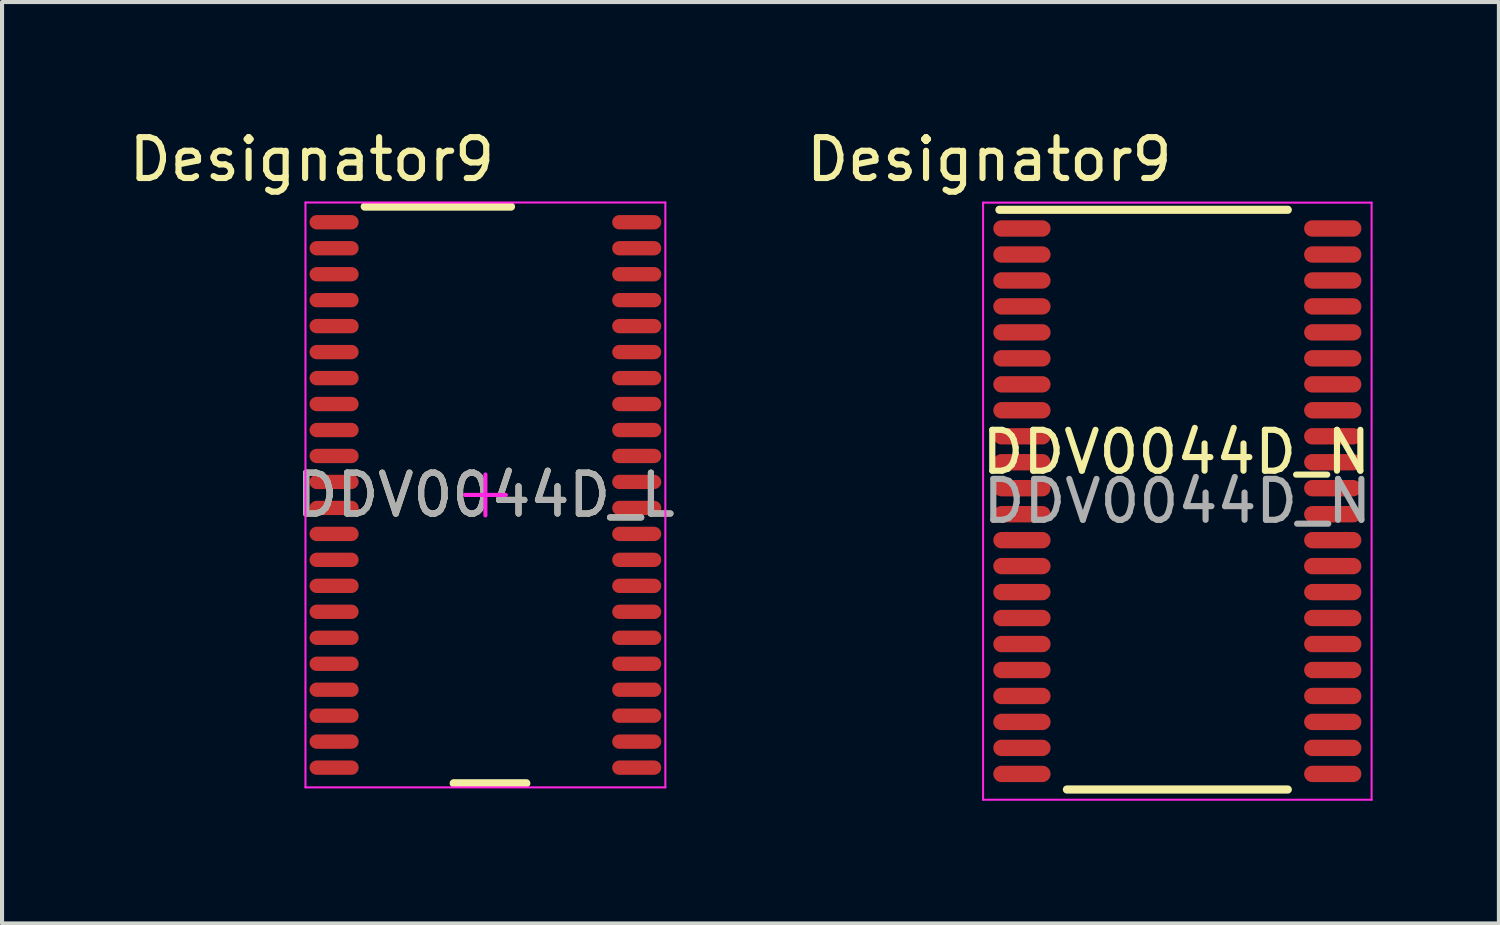
<source format=kicad_pcb>
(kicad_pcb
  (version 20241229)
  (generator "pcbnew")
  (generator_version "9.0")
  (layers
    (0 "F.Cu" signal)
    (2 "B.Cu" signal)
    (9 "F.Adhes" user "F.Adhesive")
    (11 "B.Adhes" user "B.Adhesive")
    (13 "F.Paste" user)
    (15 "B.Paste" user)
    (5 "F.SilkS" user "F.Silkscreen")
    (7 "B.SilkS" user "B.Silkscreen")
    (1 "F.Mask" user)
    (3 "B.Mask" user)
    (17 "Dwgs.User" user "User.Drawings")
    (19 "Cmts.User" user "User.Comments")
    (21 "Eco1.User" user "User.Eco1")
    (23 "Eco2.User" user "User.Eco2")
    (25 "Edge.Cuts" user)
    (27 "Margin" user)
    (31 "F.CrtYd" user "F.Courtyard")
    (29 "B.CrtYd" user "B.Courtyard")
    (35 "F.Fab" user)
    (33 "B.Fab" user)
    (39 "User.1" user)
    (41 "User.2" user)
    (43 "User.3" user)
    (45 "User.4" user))
  (footprint "DDV0044D_L"
    (layer "F.Cu")
    (at 8.819 9.052)
    (property "Reference" "DDV0044D_L" (at 0 0 0) (unlocked yes) (layer "F.SilkS") (effects (font (size 1 1) (thickness 0.15))))
    (attr smd)
    (fp_line (start -2.95 -7.05) (end 0.625 -7.05) (stroke (width 0.2) (type solid)) (layer "F.SilkS"))
    (fp_line (start -0.775 7.05) (end 1 7.05) (stroke (width 0.2) (type solid)) (layer "F.SilkS"))
    (fp_line (start -4.4 -7.15) (end 4.4 -7.15) (stroke (width 0.05) (type solid)) (layer "F.CrtYd"))
    (fp_line (start -4.4 7.15) (end -4.4 -7.15) (stroke (width 0.05) (type solid)) (layer "F.CrtYd"))
    (fp_line (start -4.4 7.15) (end 4.4 7.15) (stroke (width 0.05) (type solid)) (layer "F.CrtYd"))
    (fp_line (start -0.5 0) (end 0.5 0) (stroke (width 0.1) (type solid)) (layer "F.CrtYd"))
    (fp_line (start 0 0.5) (end 0 -0.5) (stroke (width 0.1) (type solid)) (layer "F.CrtYd"))
    (fp_line (start 4.4 7.15) (end 4.4 -7.15) (stroke (width 0.05) (type solid)) (layer "F.CrtYd"))
    (fp_text user "Designator9" (at -4.242 -8.204 0) (unlocked yes) (layer "F.SilkS") (effects (font (size 1 1) (thickness 0.15))))
    (fp_text user "${REFERENCE}" (at 0 0 0) (unlocked yes) (layer "F.Fab") (effects (font (size 1 1) (thickness 0.15))))
    (pad "1" smd oval (at -3.7 -6.668 90) (size 0.35 1.2) (layers "F.Cu" "F.Mask" "F.Paste"))
    (pad "2" smd oval (at -3.7 -6.032 90) (size 0.35 1.2) (layers "F.Cu" "F.Mask" "F.Paste"))
    (pad "3" smd oval (at -3.7 -5.397 90) (size 0.35 1.2) (layers "F.Cu" "F.Mask" "F.Paste"))
    (pad "4" smd oval (at -3.7 -4.763 90) (size 0.35 1.2) (layers "F.Cu" "F.Mask" "F.Paste"))
    (pad "5" smd oval (at -3.7 -4.128 90) (size 0.35 1.2) (layers "F.Cu" "F.Mask" "F.Paste"))
    (pad "6" smd oval (at -3.7 -3.493 90) (size 0.35 1.2) (layers "F.Cu" "F.Mask" "F.Paste"))
    (pad "7" smd oval (at -3.7 -2.857 90) (size 0.35 1.2) (layers "F.Cu" "F.Mask" "F.Paste"))
    (pad "8" smd oval (at -3.7 -2.223 90) (size 0.35 1.2) (layers "F.Cu" "F.Mask" "F.Paste"))
    (pad "9" smd oval (at -3.7 -1.587 90) (size 0.35 1.2) (layers "F.Cu" "F.Mask" "F.Paste"))
    (pad "10" smd oval (at -3.7 -0.953 90) (size 0.35 1.2) (layers "F.Cu" "F.Mask" "F.Paste"))
    (pad "11" smd oval (at -3.7 -0.318 90) (size 0.35 1.2) (layers "F.Cu" "F.Mask" "F.Paste"))
    (pad "12" smd oval (at -3.7 0.318 90) (size 0.35 1.2) (layers "F.Cu" "F.Mask" "F.Paste"))
    (pad "13" smd oval (at -3.7 0.953 90) (size 0.35 1.2) (layers "F.Cu" "F.Mask" "F.Paste"))
    (pad "14" smd oval (at -3.7 1.587 90) (size 0.35 1.2) (layers "F.Cu" "F.Mask" "F.Paste"))
    (pad "15" smd oval (at -3.7 2.223 90) (size 0.35 1.2) (layers "F.Cu" "F.Mask" "F.Paste"))
    (pad "16" smd oval (at -3.7 2.857 90) (size 0.35 1.2) (layers "F.Cu" "F.Mask" "F.Paste"))
    (pad "17" smd oval (at -3.7 3.493 90) (size 0.35 1.2) (layers "F.Cu" "F.Mask" "F.Paste"))
    (pad "18" smd oval (at -3.7 4.128 90) (size 0.35 1.2) (layers "F.Cu" "F.Mask" "F.Paste"))
    (pad "19" smd oval (at -3.7 4.763 90) (size 0.35 1.2) (layers "F.Cu" "F.Mask" "F.Paste"))
    (pad "20" smd oval (at -3.7 5.397 90) (size 0.35 1.2) (layers "F.Cu" "F.Mask" "F.Paste"))
    (pad "21" smd oval (at -3.7 6.032 90) (size 0.35 1.2) (layers "F.Cu" "F.Mask" "F.Paste"))
    (pad "22" smd oval (at -3.7 6.668 90) (size 0.35 1.2) (layers "F.Cu" "F.Mask" "F.Paste"))
    (pad "23" smd oval (at 3.7 6.668 90) (size 0.35 1.2) (layers "F.Cu" "F.Mask" "F.Paste"))
    (pad "24" smd oval (at 3.7 6.032 90) (size 0.35 1.2) (layers "F.Cu" "F.Mask" "F.Paste"))
    (pad "25" smd oval (at 3.7 5.397 90) (size 0.35 1.2) (layers "F.Cu" "F.Mask" "F.Paste"))
    (pad "26" smd oval (at 3.7 4.763 90) (size 0.35 1.2) (layers "F.Cu" "F.Mask" "F.Paste"))
    (pad "27" smd oval (at 3.7 4.128 90) (size 0.35 1.2) (layers "F.Cu" "F.Mask" "F.Paste"))
    (pad "28" smd oval (at 3.7 3.493 90) (size 0.35 1.2) (layers "F.Cu" "F.Mask" "F.Paste"))
    (pad "29" smd oval (at 3.7 2.857 90) (size 0.35 1.2) (layers "F.Cu" "F.Mask" "F.Paste"))
    (pad "30" smd oval (at 3.7 2.223 90) (size 0.35 1.2) (layers "F.Cu" "F.Mask" "F.Paste"))
    (pad "31" smd oval (at 3.7 1.587 90) (size 0.35 1.2) (layers "F.Cu" "F.Mask" "F.Paste"))
    (pad "32" smd oval (at 3.7 0.953 90) (size 0.35 1.2) (layers "F.Cu" "F.Mask" "F.Paste"))
    (pad "33" smd oval (at 3.7 0.318 90) (size 0.35 1.2) (layers "F.Cu" "F.Mask" "F.Paste"))
    (pad "34" smd oval (at 3.7 -0.318 90) (size 0.35 1.2) (layers "F.Cu" "F.Mask" "F.Paste"))
    (pad "35" smd oval (at 3.7 -0.953 90) (size 0.35 1.2) (layers "F.Cu" "F.Mask" "F.Paste"))
    (pad "36" smd oval (at 3.7 -1.587 90) (size 0.35 1.2) (layers "F.Cu" "F.Mask" "F.Paste"))
    (pad "37" smd oval (at 3.7 -2.223 90) (size 0.35 1.2) (layers "F.Cu" "F.Mask" "F.Paste"))
    (pad "38" smd oval (at 3.7 -2.857 90) (size 0.35 1.2) (layers "F.Cu" "F.Mask" "F.Paste"))
    (pad "39" smd oval (at 3.7 -3.493 90) (size 0.35 1.2) (layers "F.Cu" "F.Mask" "F.Paste"))
    (pad "40" smd oval (at 3.7 -4.128 90) (size 0.35 1.2) (layers "F.Cu" "F.Mask" "F.Paste"))
    (pad "41" smd oval (at 3.7 -4.763 90) (size 0.35 1.2) (layers "F.Cu" "F.Mask" "F.Paste"))
    (pad "42" smd oval (at 3.7 -5.397 90) (size 0.35 1.2) (layers "F.Cu" "F.Mask" "F.Paste"))
    (pad "43" smd oval (at 3.7 -6.032 90) (size 0.35 1.2) (layers "F.Cu" "F.Mask" "F.Paste"))
    (pad "44" smd oval (at 3.7 -6.668 90) (size 0.35 1.2) (layers "F.Cu" "F.Mask" "F.Paste")))
  (footprint "DDV0044D_N"
    (layer "F.Cu")
    (at 25.738 9.205)
    (property "Reference" "DDV0044D_N" (at -0.025 -1.2 0) (unlocked yes) (layer "F.SilkS") (effects (font (size 1 1) (thickness 0.15))))
    (attr smd)
    (fp_line (start -4.35 -7.125) (end 2.7 -7.125) (stroke (width 0.2) (type solid)) (layer "F.SilkS"))
    (fp_line (start -2.7 7.05) (end 2.7 7.05) (stroke (width 0.2) (type solid)) (layer "F.SilkS"))
    (fp_line (start -4.75 -7.3) (end 4.75 -7.3) (stroke (width 0.05) (type solid)) (layer "F.CrtYd"))
    (fp_line (start -4.75 7.3) (end -4.75 -7.3) (stroke (width 0.05) (type solid)) (layer "F.CrtYd"))
    (fp_line (start -4.75 7.3) (end 4.75 7.3) (stroke (width 0.05) (type solid)) (layer "F.CrtYd"))
    (fp_line (start 4.75 7.3) (end 4.75 -7.3) (stroke (width 0.05) (type solid)) (layer "F.CrtYd"))
    (fp_text user "Designator9" (at -4.597 -8.357 0) (unlocked yes) (layer "F.SilkS") (effects (font (size 1 1) (thickness 0.15))))
    (fp_text user "${REFERENCE}" (at 0 0 0) (unlocked yes) (layer "F.Fab") (effects (font (size 1 1) (thickness 0.15))))
    (pad "1_GVDD_AB" smd oval (at -3.8 -6.668 90) (size 0.4 1.4) (layers "F.Cu" "F.Mask" "F.Paste"))
    (pad "2_VDD" smd oval (at -3.8 -6.032 90) (size 0.4 1.4) (layers "F.Cu" "F.Mask" "F.Paste"))
    (pad "3_M1" smd oval (at -3.8 -5.397 90) (size 0.4 1.4) (layers "F.Cu" "F.Mask" "F.Paste"))
    (pad "4_M2" smd oval (at -3.8 -4.763 90) (size 0.4 1.4) (layers "F.Cu" "F.Mask" "F.Paste"))
    (pad "5_Input_A" smd oval (at -3.8 -4.128 90) (size 0.4 1.4) (layers "F.Cu" "F.Mask" "F.Paste"))
    (pad "6_Input_B" smd oval (at -3.8 -3.493 90) (size 0.4 1.4) (layers "F.Cu" "F.Mask" "F.Paste"))
    (pad "7_OC_ADJ" smd oval (at -3.8 -2.857 90) (size 0.4 1.4) (layers "F.Cu" "F.Mask" "F.Paste"))
    (pad "8_FREQ_ADJ" smd oval (at -3.8 -2.223 90) (size 0.4 1.4) (layers "F.Cu" "F.Mask" "F.Paste"))
    (pad "9_OSC_IOM" smd oval (at -3.8 -1.587 90) (size 0.4 1.4) (layers "F.Cu" "F.Mask" "F.Paste"))
    (pad "10_OSC_IOP" smd oval (at -3.8 -0.953 90) (size 0.4 1.4) (layers "F.Cu" "F.Mask" "F.Paste"))
    (pad "11_DVDD" smd oval (at -3.8 -0.318 90) (size 0.4 1.4) (layers "F.Cu" "F.Mask" "F.Paste"))
    (pad "12_GND" smd oval (at -3.8 0.318 90) (size 0.4 1.4) (layers "F.Cu" "F.Mask" "F.Paste"))
    (pad "13_GND" smd oval (at -3.8 0.953 90) (size 0.4 1.4) (layers "F.Cu" "F.Mask" "F.Paste"))
    (pad "14_AVDD" smd oval (at -3.8 1.587 90) (size 0.4 1.4) (layers "F.Cu" "F.Mask" "F.Paste"))
    (pad "15_C_START" smd oval (at -3.8 2.223 90) (size 0.4 1.4) (layers "F.Cu" "F.Mask" "F.Paste"))
    (pad "16_INPUT_C" smd oval (at -3.8 2.857 90) (size 0.4 1.4) (layers "F.Cu" "F.Mask" "F.Paste"))
    (pad "17_INPUT_D" smd oval (at -3.8 3.493 90) (size 0.4 1.4) (layers "F.Cu" "F.Mask" "F.Paste"))
    (pad "18_/RESET" smd oval (at -3.8 4.128 90) (size 0.4 1.4) (layers "F.Cu" "F.Mask" "F.Paste"))
    (pad "19_/FAULT" smd oval (at -3.8 4.763 90) (size 0.4 1.4) (layers "F.Cu" "F.Mask" "F.Paste"))
    (pad "20_VBG" smd oval (at -3.8 5.397 90) (size 0.4 1.4) (layers "F.Cu" "F.Mask" "F.Paste"))
    (pad "21_/CLIP_OTW" smd oval (at -3.8 6.032 90) (size 0.4 1.4) (layers "F.Cu" "F.Mask" "F.Paste"))
    (pad "22_GVDD_CD" smd oval (at -3.8 6.668 90) (size 0.4 1.4) (layers "F.Cu" "F.Mask" "F.Paste"))
    (pad "23_BST_D" smd oval (at 3.8 6.668 90) (size 0.4 1.4) (layers "F.Cu" "F.Mask" "F.Paste"))
    (pad "24_BST_C" smd oval (at 3.8 6.032 90) (size 0.4 1.4) (layers "F.Cu" "F.Mask" "F.Paste"))
    (pad "25_GND" smd oval (at 3.8 5.397 90) (size 0.4 1.4) (layers "F.Cu" "F.Mask" "F.Paste"))
    (pad "26_GND" smd oval (at 3.8 4.763 90) (size 0.4 1.4) (layers "F.Cu" "F.Mask" "F.Paste"))
    (pad "27_OUT_D" smd oval (at 3.8 4.128 90) (size 0.4 1.4) (layers "F.Cu" "F.Mask" "F.Paste"))
    (pad "28_OUT_D" smd oval (at 3.8 3.493 90) (size 0.4 1.4) (layers "F.Cu" "F.Mask" "F.Paste"))
    (pad "29_PVDD_CD" smd oval (at 3.8 2.857 90) (size 0.4 1.4) (layers "F.Cu" "F.Mask" "F.Paste"))
    (pad "30_PVDD_CD" smd oval (at 3.8 2.223 90) (size 0.4 1.4) (layers "F.Cu" "F.Mask" "F.Paste"))
    (pad "31_PVDD_CD" smd oval (at 3.8 1.587 90) (size 0.4 1.4) (layers "F.Cu" "F.Mask" "F.Paste"))
    (pad "32_OUT_C" smd oval (at 3.8 0.953 90) (size 0.4 1.4) (layers "F.Cu" "F.Mask" "F.Paste"))
    (pad "33_GND" smd oval (at 3.8 0.318 90) (size 0.4 1.4) (layers "F.Cu" "F.Mask" "F.Paste"))
    (pad "34_GND" smd oval (at 3.8 -0.318 90) (size 0.4 1.4) (layers "F.Cu" "F.Mask" "F.Paste"))
    (pad "35_OUT_B" smd oval (at 3.8 -0.953 90) (size 0.4 1.4) (layers "F.Cu" "F.Mask" "F.Paste"))
    (pad "36_PVDD_AB" smd oval (at 3.8 -1.587 90) (size 0.4 1.4) (layers "F.Cu" "F.Mask" "F.Paste"))
    (pad "37_PVDD_AB" smd oval (at 3.8 -2.223 90) (size 0.4 1.4) (layers "F.Cu" "F.Mask" "F.Paste"))
    (pad "38_PVDD_AB" smd oval (at 3.8 -2.857 90) (size 0.4 1.4) (layers "F.Cu" "F.Mask" "F.Paste"))
    (pad "39_OUT_A" smd oval (at 3.8 -3.493 90) (size 0.4 1.4) (layers "F.Cu" "F.Mask" "F.Paste"))
    (pad "40_OUT_A" smd oval (at 3.8 -4.128 90) (size 0.4 1.4) (layers "F.Cu" "F.Mask" "F.Paste"))
    (pad "41_GND" smd oval (at 3.8 -4.763 90) (size 0.4 1.4) (layers "F.Cu" "F.Mask" "F.Paste"))
    (pad "42_GND" smd oval (at 3.8 -5.397 90) (size 0.4 1.4) (layers "F.Cu" "F.Mask" "F.Paste"))
    (pad "43_BST_B" smd oval (at 3.8 -6.032 90) (size 0.4 1.4) (layers "F.Cu" "F.Mask" "F.Paste"))
    (pad "44_BST_A" smd oval (at 3.8 -6.668 90) (size 0.4 1.4) (layers "F.Cu" "F.Mask" "F.Paste")))
  (gr_rect
    (start -3 -3)
    (end 33.601 19.53)
    (stroke (width 0.1) (type default))
    (fill no)
    (layer "Edge.Cuts")))
</source>
